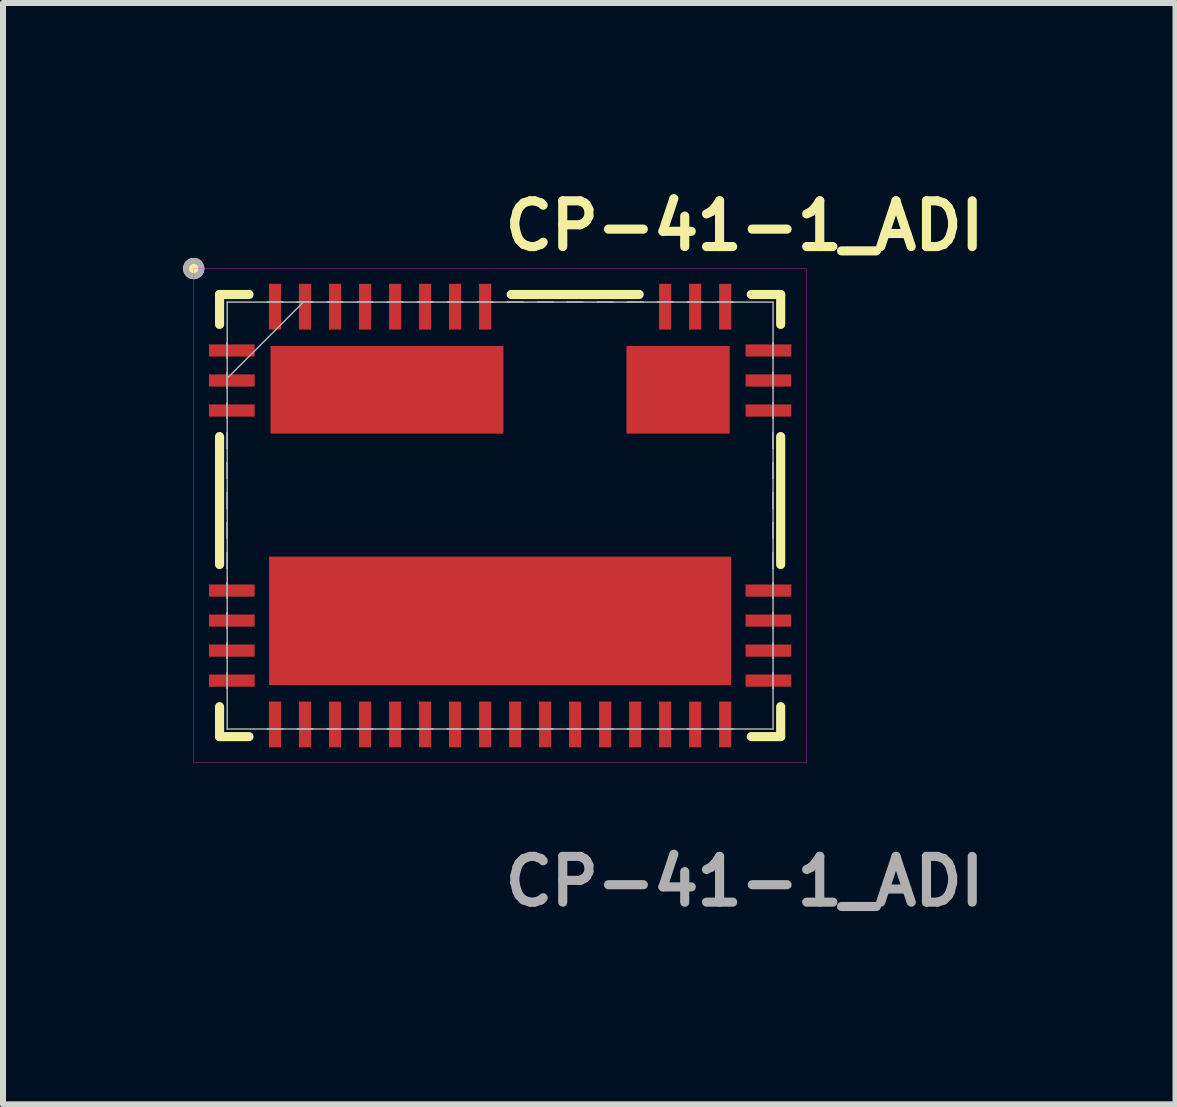
<source format=kicad_pcb>
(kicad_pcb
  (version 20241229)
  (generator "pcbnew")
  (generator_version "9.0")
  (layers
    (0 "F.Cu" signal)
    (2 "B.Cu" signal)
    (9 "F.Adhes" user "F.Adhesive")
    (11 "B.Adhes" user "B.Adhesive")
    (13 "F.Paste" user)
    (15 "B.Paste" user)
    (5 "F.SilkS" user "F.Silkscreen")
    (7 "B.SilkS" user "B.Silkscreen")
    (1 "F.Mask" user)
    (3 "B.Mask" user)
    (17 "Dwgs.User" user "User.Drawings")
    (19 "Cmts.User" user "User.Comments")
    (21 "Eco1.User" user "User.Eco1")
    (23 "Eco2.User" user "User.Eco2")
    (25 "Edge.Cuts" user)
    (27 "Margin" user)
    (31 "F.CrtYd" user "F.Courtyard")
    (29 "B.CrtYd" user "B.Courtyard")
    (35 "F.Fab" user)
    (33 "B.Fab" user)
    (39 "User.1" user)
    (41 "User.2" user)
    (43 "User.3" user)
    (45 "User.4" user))
  (footprint "CP-41-1_ADI"
    (layer "F.Cu")
    (at 5.282 5.539)
    (property "Reference" "CP-41-1_ADI" (at 0 -4.826 0) (unlocked yes) (layer "F.SilkS") (effects (font (size 0.762 0.762) (thickness 0.152) (bold yes)) (justify left)))
    (attr smd)
    (fp_line (start -4.674 -3.683) (end -4.674 -3.184) (stroke (width 0.152) (type solid)) (layer "F.SilkS"))
    (fp_line (start -4.674 -1.316) (end -4.674 0.816) (stroke (width 0.152) (type solid)) (layer "F.SilkS"))
    (fp_line (start -4.674 3.184) (end -4.674 3.683) (stroke (width 0.152) (type solid)) (layer "F.SilkS"))
    (fp_line (start -4.674 3.683) (end -4.184 3.683) (stroke (width 0.152) (type solid)) (layer "F.SilkS"))
    (fp_line (start -4.184 -3.683) (end -4.674 -3.683) (stroke (width 0.152) (type solid)) (layer "F.SilkS"))
    (fp_line (start 2.316 -3.683) (end 0.184 -3.683) (stroke (width 0.152) (type solid)) (layer "F.SilkS"))
    (fp_line (start 4.184 3.683) (end 4.674 3.683) (stroke (width 0.152) (type solid)) (layer "F.SilkS"))
    (fp_line (start 4.674 -3.683) (end 4.184 -3.683) (stroke (width 0.152) (type solid)) (layer "F.SilkS"))
    (fp_line (start 4.674 -3.184) (end 4.674 -3.683) (stroke (width 0.152) (type solid)) (layer "F.SilkS"))
    (fp_line (start 4.674 0.816) (end 4.674 -1.316) (stroke (width 0.152) (type solid)) (layer "F.SilkS"))
    (fp_line (start 4.674 3.683) (end 4.674 3.184) (stroke (width 0.152) (type solid)) (layer "F.SilkS"))
    (fp_circle (center -5.105 -4.115) (end -4.978 -4.115) (stroke (width 0.1) (type solid)) (fill yes) (layer "F.SilkS"))
    (fp_rect (start -5.105 -4.115) (end 5.105 4.115) (stroke (width 0.006) (type default)) (fill no) (layer "F.CrtYd"))
    (fp_line (start -4.547 -3.556) (end -4.547 3.556) (stroke (width 0.025) (type solid)) (layer "F.Fab"))
    (fp_line (start -4.547 -2.877) (end -4.547 -2.877) (stroke (width 0.025) (type solid)) (layer "F.Fab"))
    (fp_line (start -4.547 -2.877) (end -4.547 -2.623) (stroke (width 0.025) (type solid)) (layer "F.Fab"))
    (fp_line (start -4.547 -2.623) (end -4.547 -2.877) (stroke (width 0.025) (type solid)) (layer "F.Fab"))
    (fp_line (start -4.547 -2.623) (end -4.547 -2.623) (stroke (width 0.025) (type solid)) (layer "F.Fab"))
    (fp_line (start -4.547 -2.377) (end -4.547 -2.377) (stroke (width 0.025) (type solid)) (layer "F.Fab"))
    (fp_line (start -4.547 -2.377) (end -4.547 -2.123) (stroke (width 0.025) (type solid)) (layer "F.Fab"))
    (fp_line (start -4.547 -2.286) (end -3.277 -3.556) (stroke (width 0.025) (type solid)) (layer "F.Fab"))
    (fp_line (start -4.547 -2.123) (end -4.547 -2.377) (stroke (width 0.025) (type solid)) (layer "F.Fab"))
    (fp_line (start -4.547 -2.123) (end -4.547 -2.123) (stroke (width 0.025) (type solid)) (layer "F.Fab"))
    (fp_line (start -4.547 -1.877) (end -4.547 -1.877) (stroke (width 0.025) (type solid)) (layer "F.Fab"))
    (fp_line (start -4.547 -1.877) (end -4.547 -1.623) (stroke (width 0.025) (type solid)) (layer "F.Fab"))
    (fp_line (start -4.547 -1.623) (end -4.547 -1.877) (stroke (width 0.025) (type solid)) (layer "F.Fab"))
    (fp_line (start -4.547 -1.623) (end -4.547 -1.623) (stroke (width 0.025) (type solid)) (layer "F.Fab"))
    (fp_line (start -4.547 -1.377) (end -4.547 -1.377) (stroke (width 0.025) (type solid)) (layer "F.Fab"))
    (fp_line (start -4.547 -1.377) (end -4.547 -1.123) (stroke (width 0.025) (type solid)) (layer "F.Fab"))
    (fp_line (start -4.547 -1.123) (end -4.547 -1.377) (stroke (width 0.025) (type solid)) (layer "F.Fab"))
    (fp_line (start -4.547 -1.123) (end -4.547 -1.123) (stroke (width 0.025) (type solid)) (layer "F.Fab"))
    (fp_line (start -4.547 -0.877) (end -4.547 -0.877) (stroke (width 0.025) (type solid)) (layer "F.Fab"))
    (fp_line (start -4.547 -0.877) (end -4.547 -0.623) (stroke (width 0.025) (type solid)) (layer "F.Fab"))
    (fp_line (start -4.547 -0.623) (end -4.547 -0.877) (stroke (width 0.025) (type solid)) (layer "F.Fab"))
    (fp_line (start -4.547 -0.623) (end -4.547 -0.623) (stroke (width 0.025) (type solid)) (layer "F.Fab"))
    (fp_line (start -4.547 -0.377) (end -4.547 -0.377) (stroke (width 0.025) (type solid)) (layer "F.Fab"))
    (fp_line (start -4.547 -0.377) (end -4.547 -0.123) (stroke (width 0.025) (type solid)) (layer "F.Fab"))
    (fp_line (start -4.547 -0.123) (end -4.547 -0.377) (stroke (width 0.025) (type solid)) (layer "F.Fab"))
    (fp_line (start -4.547 -0.123) (end -4.547 -0.123) (stroke (width 0.025) (type solid)) (layer "F.Fab"))
    (fp_line (start -4.547 0.123) (end -4.547 0.123) (stroke (width 0.025) (type solid)) (layer "F.Fab"))
    (fp_line (start -4.547 0.123) (end -4.547 0.377) (stroke (width 0.025) (type solid)) (layer "F.Fab"))
    (fp_line (start -4.547 0.377) (end -4.547 0.123) (stroke (width 0.025) (type solid)) (layer "F.Fab"))
    (fp_line (start -4.547 0.377) (end -4.547 0.377) (stroke (width 0.025) (type solid)) (layer "F.Fab"))
    (fp_line (start -4.547 0.623) (end -4.547 0.623) (stroke (width 0.025) (type solid)) (layer "F.Fab"))
    (fp_line (start -4.547 0.623) (end -4.547 0.877) (stroke (width 0.025) (type solid)) (layer "F.Fab"))
    (fp_line (start -4.547 0.877) (end -4.547 0.623) (stroke (width 0.025) (type solid)) (layer "F.Fab"))
    (fp_line (start -4.547 0.877) (end -4.547 0.877) (stroke (width 0.025) (type solid)) (layer "F.Fab"))
    (fp_line (start -4.547 1.123) (end -4.547 1.123) (stroke (width 0.025) (type solid)) (layer "F.Fab"))
    (fp_line (start -4.547 1.123) (end -4.547 1.377) (stroke (width 0.025) (type solid)) (layer "F.Fab"))
    (fp_line (start -4.547 1.377) (end -4.547 1.123) (stroke (width 0.025) (type solid)) (layer "F.Fab"))
    (fp_line (start -4.547 1.377) (end -4.547 1.377) (stroke (width 0.025) (type solid)) (layer "F.Fab"))
    (fp_line (start -4.547 1.623) (end -4.547 1.623) (stroke (width 0.025) (type solid)) (layer "F.Fab"))
    (fp_line (start -4.547 1.623) (end -4.547 1.877) (stroke (width 0.025) (type solid)) (layer "F.Fab"))
    (fp_line (start -4.547 1.877) (end -4.547 1.623) (stroke (width 0.025) (type solid)) (layer "F.Fab"))
    (fp_line (start -4.547 1.877) (end -4.547 1.877) (stroke (width 0.025) (type solid)) (layer "F.Fab"))
    (fp_line (start -4.547 2.123) (end -4.547 2.123) (stroke (width 0.025) (type solid)) (layer "F.Fab"))
    (fp_line (start -4.547 2.123) (end -4.547 2.377) (stroke (width 0.025) (type solid)) (layer "F.Fab"))
    (fp_line (start -4.547 2.377) (end -4.547 2.123) (stroke (width 0.025) (type solid)) (layer "F.Fab"))
    (fp_line (start -4.547 2.377) (end -4.547 2.377) (stroke (width 0.025) (type solid)) (layer "F.Fab"))
    (fp_line (start -4.547 2.623) (end -4.547 2.623) (stroke (width 0.025) (type solid)) (layer "F.Fab"))
    (fp_line (start -4.547 2.623) (end -4.547 2.877) (stroke (width 0.025) (type solid)) (layer "F.Fab"))
    (fp_line (start -4.547 2.877) (end -4.547 2.623) (stroke (width 0.025) (type solid)) (layer "F.Fab"))
    (fp_line (start -4.547 2.877) (end -4.547 2.877) (stroke (width 0.025) (type solid)) (layer "F.Fab"))
    (fp_line (start -4.547 3.556) (end 4.547 3.556) (stroke (width 0.025) (type solid)) (layer "F.Fab"))
    (fp_line (start -3.877 -3.556) (end -3.877 -3.556) (stroke (width 0.025) (type solid)) (layer "F.Fab"))
    (fp_line (start -3.877 -3.556) (end -3.623 -3.556) (stroke (width 0.025) (type solid)) (layer "F.Fab"))
    (fp_line (start -3.877 3.556) (end -3.877 3.556) (stroke (width 0.025) (type solid)) (layer "F.Fab"))
    (fp_line (start -3.877 3.556) (end -3.623 3.556) (stroke (width 0.025) (type solid)) (layer "F.Fab"))
    (fp_line (start -3.623 -3.556) (end -3.877 -3.556) (stroke (width 0.025) (type solid)) (layer "F.Fab"))
    (fp_line (start -3.623 -3.556) (end -3.623 -3.556) (stroke (width 0.025) (type solid)) (layer "F.Fab"))
    (fp_line (start -3.623 3.556) (end -3.877 3.556) (stroke (width 0.025) (type solid)) (layer "F.Fab"))
    (fp_line (start -3.623 3.556) (end -3.623 3.556) (stroke (width 0.025) (type solid)) (layer "F.Fab"))
    (fp_line (start -3.377 -3.556) (end -3.377 -3.556) (stroke (width 0.025) (type solid)) (layer "F.Fab"))
    (fp_line (start -3.377 -3.556) (end -3.123 -3.556) (stroke (width 0.025) (type solid)) (layer "F.Fab"))
    (fp_line (start -3.377 3.556) (end -3.377 3.556) (stroke (width 0.025) (type solid)) (layer "F.Fab"))
    (fp_line (start -3.377 3.556) (end -3.123 3.556) (stroke (width 0.025) (type solid)) (layer "F.Fab"))
    (fp_line (start -3.123 -3.556) (end -3.377 -3.556) (stroke (width 0.025) (type solid)) (layer "F.Fab"))
    (fp_line (start -3.123 -3.556) (end -3.123 -3.556) (stroke (width 0.025) (type solid)) (layer "F.Fab"))
    (fp_line (start -3.123 3.556) (end -3.377 3.556) (stroke (width 0.025) (type solid)) (layer "F.Fab"))
    (fp_line (start -3.123 3.556) (end -3.123 3.556) (stroke (width 0.025) (type solid)) (layer "F.Fab"))
    (fp_line (start -2.877 -3.556) (end -2.877 -3.556) (stroke (width 0.025) (type solid)) (layer "F.Fab"))
    (fp_line (start -2.877 -3.556) (end -2.623 -3.556) (stroke (width 0.025) (type solid)) (layer "F.Fab"))
    (fp_line (start -2.877 3.556) (end -2.877 3.556) (stroke (width 0.025) (type solid)) (layer "F.Fab"))
    (fp_line (start -2.877 3.556) (end -2.623 3.556) (stroke (width 0.025) (type solid)) (layer "F.Fab"))
    (fp_line (start -2.623 -3.556) (end -2.877 -3.556) (stroke (width 0.025) (type solid)) (layer "F.Fab"))
    (fp_line (start -2.623 -3.556) (end -2.623 -3.556) (stroke (width 0.025) (type solid)) (layer "F.Fab"))
    (fp_line (start -2.623 3.556) (end -2.877 3.556) (stroke (width 0.025) (type solid)) (layer "F.Fab"))
    (fp_line (start -2.623 3.556) (end -2.623 3.556) (stroke (width 0.025) (type solid)) (layer "F.Fab"))
    (fp_line (start -2.377 -3.556) (end -2.377 -3.556) (stroke (width 0.025) (type solid)) (layer "F.Fab"))
    (fp_line (start -2.377 -3.556) (end -2.123 -3.556) (stroke (width 0.025) (type solid)) (layer "F.Fab"))
    (fp_line (start -2.377 3.556) (end -2.377 3.556) (stroke (width 0.025) (type solid)) (layer "F.Fab"))
    (fp_line (start -2.377 3.556) (end -2.123 3.556) (stroke (width 0.025) (type solid)) (layer "F.Fab"))
    (fp_line (start -2.123 -3.556) (end -2.377 -3.556) (stroke (width 0.025) (type solid)) (layer "F.Fab"))
    (fp_line (start -2.123 -3.556) (end -2.123 -3.556) (stroke (width 0.025) (type solid)) (layer "F.Fab"))
    (fp_line (start -2.123 3.556) (end -2.377 3.556) (stroke (width 0.025) (type solid)) (layer "F.Fab"))
    (fp_line (start -2.123 3.556) (end -2.123 3.556) (stroke (width 0.025) (type solid)) (layer "F.Fab"))
    (fp_line (start -1.877 -3.556) (end -1.877 -3.556) (stroke (width 0.025) (type solid)) (layer "F.Fab"))
    (fp_line (start -1.877 -3.556) (end -1.623 -3.556) (stroke (width 0.025) (type solid)) (layer "F.Fab"))
    (fp_line (start -1.877 3.556) (end -1.877 3.556) (stroke (width 0.025) (type solid)) (layer "F.Fab"))
    (fp_line (start -1.877 3.556) (end -1.623 3.556) (stroke (width 0.025) (type solid)) (layer "F.Fab"))
    (fp_line (start -1.623 -3.556) (end -1.877 -3.556) (stroke (width 0.025) (type solid)) (layer "F.Fab"))
    (fp_line (start -1.623 -3.556) (end -1.623 -3.556) (stroke (width 0.025) (type solid)) (layer "F.Fab"))
    (fp_line (start -1.623 3.556) (end -1.877 3.556) (stroke (width 0.025) (type solid)) (layer "F.Fab"))
    (fp_line (start -1.623 3.556) (end -1.623 3.556) (stroke (width 0.025) (type solid)) (layer "F.Fab"))
    (fp_line (start -1.377 -3.556) (end -1.377 -3.556) (stroke (width 0.025) (type solid)) (layer "F.Fab"))
    (fp_line (start -1.377 -3.556) (end -1.123 -3.556) (stroke (width 0.025) (type solid)) (layer "F.Fab"))
    (fp_line (start -1.377 3.556) (end -1.377 3.556) (stroke (width 0.025) (type solid)) (layer "F.Fab"))
    (fp_line (start -1.377 3.556) (end -1.123 3.556) (stroke (width 0.025) (type solid)) (layer "F.Fab"))
    (fp_line (start -1.123 -3.556) (end -1.377 -3.556) (stroke (width 0.025) (type solid)) (layer "F.Fab"))
    (fp_line (start -1.123 -3.556) (end -1.123 -3.556) (stroke (width 0.025) (type solid)) (layer "F.Fab"))
    (fp_line (start -1.123 3.556) (end -1.377 3.556) (stroke (width 0.025) (type solid)) (layer "F.Fab"))
    (fp_line (start -1.123 3.556) (end -1.123 3.556) (stroke (width 0.025) (type solid)) (layer "F.Fab"))
    (fp_line (start -0.877 -3.556) (end -0.877 -3.556) (stroke (width 0.025) (type solid)) (layer "F.Fab"))
    (fp_line (start -0.877 -3.556) (end -0.623 -3.556) (stroke (width 0.025) (type solid)) (layer "F.Fab"))
    (fp_line (start -0.877 3.556) (end -0.877 3.556) (stroke (width 0.025) (type solid)) (layer "F.Fab"))
    (fp_line (start -0.877 3.556) (end -0.623 3.556) (stroke (width 0.025) (type solid)) (layer "F.Fab"))
    (fp_line (start -0.623 -3.556) (end -0.877 -3.556) (stroke (width 0.025) (type solid)) (layer "F.Fab"))
    (fp_line (start -0.623 -3.556) (end -0.623 -3.556) (stroke (width 0.025) (type solid)) (layer "F.Fab"))
    (fp_line (start -0.623 3.556) (end -0.877 3.556) (stroke (width 0.025) (type solid)) (layer "F.Fab"))
    (fp_line (start -0.623 3.556) (end -0.623 3.556) (stroke (width 0.025) (type solid)) (layer "F.Fab"))
    (fp_line (start -0.377 -3.556) (end -0.377 -3.556) (stroke (width 0.025) (type solid)) (layer "F.Fab"))
    (fp_line (start -0.377 -3.556) (end -0.123 -3.556) (stroke (width 0.025) (type solid)) (layer "F.Fab"))
    (fp_line (start -0.377 3.556) (end -0.377 3.556) (stroke (width 0.025) (type solid)) (layer "F.Fab"))
    (fp_line (start -0.377 3.556) (end -0.123 3.556) (stroke (width 0.025) (type solid)) (layer "F.Fab"))
    (fp_line (start -0.123 -3.556) (end -0.377 -3.556) (stroke (width 0.025) (type solid)) (layer "F.Fab"))
    (fp_line (start -0.123 -3.556) (end -0.123 -3.556) (stroke (width 0.025) (type solid)) (layer "F.Fab"))
    (fp_line (start -0.123 3.556) (end -0.377 3.556) (stroke (width 0.025) (type solid)) (layer "F.Fab"))
    (fp_line (start -0.123 3.556) (end -0.123 3.556) (stroke (width 0.025) (type solid)) (layer "F.Fab"))
    (fp_line (start 0.123 -3.556) (end 0.123 -3.556) (stroke (width 0.025) (type solid)) (layer "F.Fab"))
    (fp_line (start 0.123 -3.556) (end 0.377 -3.556) (stroke (width 0.025) (type solid)) (layer "F.Fab"))
    (fp_line (start 0.123 3.556) (end 0.123 3.556) (stroke (width 0.025) (type solid)) (layer "F.Fab"))
    (fp_line (start 0.123 3.556) (end 0.377 3.556) (stroke (width 0.025) (type solid)) (layer "F.Fab"))
    (fp_line (start 0.377 -3.556) (end 0.123 -3.556) (stroke (width 0.025) (type solid)) (layer "F.Fab"))
    (fp_line (start 0.377 -3.556) (end 0.377 -3.556) (stroke (width 0.025) (type solid)) (layer "F.Fab"))
    (fp_line (start 0.377 3.556) (end 0.123 3.556) (stroke (width 0.025) (type solid)) (layer "F.Fab"))
    (fp_line (start 0.377 3.556) (end 0.377 3.556) (stroke (width 0.025) (type solid)) (layer "F.Fab"))
    (fp_line (start 0.623 -3.556) (end 0.623 -3.556) (stroke (width 0.025) (type solid)) (layer "F.Fab"))
    (fp_line (start 0.623 -3.556) (end 0.877 -3.556) (stroke (width 0.025) (type solid)) (layer "F.Fab"))
    (fp_line (start 0.623 3.556) (end 0.623 3.556) (stroke (width 0.025) (type solid)) (layer "F.Fab"))
    (fp_line (start 0.623 3.556) (end 0.877 3.556) (stroke (width 0.025) (type solid)) (layer "F.Fab"))
    (fp_line (start 0.877 -3.556) (end 0.623 -3.556) (stroke (width 0.025) (type solid)) (layer "F.Fab"))
    (fp_line (start 0.877 -3.556) (end 0.877 -3.556) (stroke (width 0.025) (type solid)) (layer "F.Fab"))
    (fp_line (start 0.877 3.556) (end 0.623 3.556) (stroke (width 0.025) (type solid)) (layer "F.Fab"))
    (fp_line (start 0.877 3.556) (end 0.877 3.556) (stroke (width 0.025) (type solid)) (layer "F.Fab"))
    (fp_line (start 1.123 -3.556) (end 1.123 -3.556) (stroke (width 0.025) (type solid)) (layer "F.Fab"))
    (fp_line (start 1.123 -3.556) (end 1.377 -3.556) (stroke (width 0.025) (type solid)) (layer "F.Fab"))
    (fp_line (start 1.123 3.556) (end 1.123 3.556) (stroke (width 0.025) (type solid)) (layer "F.Fab"))
    (fp_line (start 1.123 3.556) (end 1.377 3.556) (stroke (width 0.025) (type solid)) (layer "F.Fab"))
    (fp_line (start 1.377 -3.556) (end 1.123 -3.556) (stroke (width 0.025) (type solid)) (layer "F.Fab"))
    (fp_line (start 1.377 -3.556) (end 1.377 -3.556) (stroke (width 0.025) (type solid)) (layer "F.Fab"))
    (fp_line (start 1.377 3.556) (end 1.123 3.556) (stroke (width 0.025) (type solid)) (layer "F.Fab"))
    (fp_line (start 1.377 3.556) (end 1.377 3.556) (stroke (width 0.025) (type solid)) (layer "F.Fab"))
    (fp_line (start 1.623 -3.556) (end 1.623 -3.556) (stroke (width 0.025) (type solid)) (layer "F.Fab"))
    (fp_line (start 1.623 -3.556) (end 1.877 -3.556) (stroke (width 0.025) (type solid)) (layer "F.Fab"))
    (fp_line (start 1.623 3.556) (end 1.623 3.556) (stroke (width 0.025) (type solid)) (layer "F.Fab"))
    (fp_line (start 1.623 3.556) (end 1.877 3.556) (stroke (width 0.025) (type solid)) (layer "F.Fab"))
    (fp_line (start 1.877 -3.556) (end 1.623 -3.556) (stroke (width 0.025) (type solid)) (layer "F.Fab"))
    (fp_line (start 1.877 -3.556) (end 1.877 -3.556) (stroke (width 0.025) (type solid)) (layer "F.Fab"))
    (fp_line (start 1.877 3.556) (end 1.623 3.556) (stroke (width 0.025) (type solid)) (layer "F.Fab"))
    (fp_line (start 1.877 3.556) (end 1.877 3.556) (stroke (width 0.025) (type solid)) (layer "F.Fab"))
    (fp_line (start 2.123 -3.556) (end 2.123 -3.556) (stroke (width 0.025) (type solid)) (layer "F.Fab"))
    (fp_line (start 2.123 -3.556) (end 2.377 -3.556) (stroke (width 0.025) (type solid)) (layer "F.Fab"))
    (fp_line (start 2.123 3.556) (end 2.123 3.556) (stroke (width 0.025) (type solid)) (layer "F.Fab"))
    (fp_line (start 2.123 3.556) (end 2.377 3.556) (stroke (width 0.025) (type solid)) (layer "F.Fab"))
    (fp_line (start 2.377 -3.556) (end 2.123 -3.556) (stroke (width 0.025) (type solid)) (layer "F.Fab"))
    (fp_line (start 2.377 -3.556) (end 2.377 -3.556) (stroke (width 0.025) (type solid)) (layer "F.Fab"))
    (fp_line (start 2.377 3.556) (end 2.123 3.556) (stroke (width 0.025) (type solid)) (layer "F.Fab"))
    (fp_line (start 2.377 3.556) (end 2.377 3.556) (stroke (width 0.025) (type solid)) (layer "F.Fab"))
    (fp_line (start 2.623 -3.556) (end 2.623 -3.556) (stroke (width 0.025) (type solid)) (layer "F.Fab"))
    (fp_line (start 2.623 -3.556) (end 2.877 -3.556) (stroke (width 0.025) (type solid)) (layer "F.Fab"))
    (fp_line (start 2.623 3.556) (end 2.623 3.556) (stroke (width 0.025) (type solid)) (layer "F.Fab"))
    (fp_line (start 2.623 3.556) (end 2.877 3.556) (stroke (width 0.025) (type solid)) (layer "F.Fab"))
    (fp_line (start 2.877 -3.556) (end 2.623 -3.556) (stroke (width 0.025) (type solid)) (layer "F.Fab"))
    (fp_line (start 2.877 -3.556) (end 2.877 -3.556) (stroke (width 0.025) (type solid)) (layer "F.Fab"))
    (fp_line (start 2.877 3.556) (end 2.623 3.556) (stroke (width 0.025) (type solid)) (layer "F.Fab"))
    (fp_line (start 2.877 3.556) (end 2.877 3.556) (stroke (width 0.025) (type solid)) (layer "F.Fab"))
    (fp_line (start 3.123 -3.556) (end 3.123 -3.556) (stroke (width 0.025) (type solid)) (layer "F.Fab"))
    (fp_line (start 3.123 -3.556) (end 3.377 -3.556) (stroke (width 0.025) (type solid)) (layer "F.Fab"))
    (fp_line (start 3.123 3.556) (end 3.123 3.556) (stroke (width 0.025) (type solid)) (layer "F.Fab"))
    (fp_line (start 3.123 3.556) (end 3.377 3.556) (stroke (width 0.025) (type solid)) (layer "F.Fab"))
    (fp_line (start 3.377 -3.556) (end 3.123 -3.556) (stroke (width 0.025) (type solid)) (layer "F.Fab"))
    (fp_line (start 3.377 -3.556) (end 3.377 -3.556) (stroke (width 0.025) (type solid)) (layer "F.Fab"))
    (fp_line (start 3.377 3.556) (end 3.123 3.556) (stroke (width 0.025) (type solid)) (layer "F.Fab"))
    (fp_line (start 3.377 3.556) (end 3.377 3.556) (stroke (width 0.025) (type solid)) (layer "F.Fab"))
    (fp_line (start 3.623 -3.556) (end 3.623 -3.556) (stroke (width 0.025) (type solid)) (layer "F.Fab"))
    (fp_line (start 3.623 -3.556) (end 3.877 -3.556) (stroke (width 0.025) (type solid)) (layer "F.Fab"))
    (fp_line (start 3.623 3.556) (end 3.623 3.556) (stroke (width 0.025) (type solid)) (layer "F.Fab"))
    (fp_line (start 3.623 3.556) (end 3.877 3.556) (stroke (width 0.025) (type solid)) (layer "F.Fab"))
    (fp_line (start 3.877 -3.556) (end 3.623 -3.556) (stroke (width 0.025) (type solid)) (layer "F.Fab"))
    (fp_line (start 3.877 -3.556) (end 3.877 -3.556) (stroke (width 0.025) (type solid)) (layer "F.Fab"))
    (fp_line (start 3.877 3.556) (end 3.623 3.556) (stroke (width 0.025) (type solid)) (layer "F.Fab"))
    (fp_line (start 3.877 3.556) (end 3.877 3.556) (stroke (width 0.025) (type solid)) (layer "F.Fab"))
    (fp_line (start 4.547 -3.556) (end -4.547 -3.556) (stroke (width 0.025) (type solid)) (layer "F.Fab"))
    (fp_line (start 4.547 -2.877) (end 4.547 -2.877) (stroke (width 0.025) (type solid)) (layer "F.Fab"))
    (fp_line (start 4.547 -2.877) (end 4.547 -2.623) (stroke (width 0.025) (type solid)) (layer "F.Fab"))
    (fp_line (start 4.547 -2.623) (end 4.547 -2.877) (stroke (width 0.025) (type solid)) (layer "F.Fab"))
    (fp_line (start 4.547 -2.623) (end 4.547 -2.623) (stroke (width 0.025) (type solid)) (layer "F.Fab"))
    (fp_line (start 4.547 -2.377) (end 4.547 -2.377) (stroke (width 0.025) (type solid)) (layer "F.Fab"))
    (fp_line (start 4.547 -2.377) (end 4.547 -2.123) (stroke (width 0.025) (type solid)) (layer "F.Fab"))
    (fp_line (start 4.547 -2.123) (end 4.547 -2.377) (stroke (width 0.025) (type solid)) (layer "F.Fab"))
    (fp_line (start 4.547 -2.123) (end 4.547 -2.123) (stroke (width 0.025) (type solid)) (layer "F.Fab"))
    (fp_line (start 4.547 -1.877) (end 4.547 -1.877) (stroke (width 0.025) (type solid)) (layer "F.Fab"))
    (fp_line (start 4.547 -1.877) (end 4.547 -1.623) (stroke (width 0.025) (type solid)) (layer "F.Fab"))
    (fp_line (start 4.547 -1.623) (end 4.547 -1.877) (stroke (width 0.025) (type solid)) (layer "F.Fab"))
    (fp_line (start 4.547 -1.623) (end 4.547 -1.623) (stroke (width 0.025) (type solid)) (layer "F.Fab"))
    (fp_line (start 4.547 -1.377) (end 4.547 -1.377) (stroke (width 0.025) (type solid)) (layer "F.Fab"))
    (fp_line (start 4.547 -1.377) (end 4.547 -1.123) (stroke (width 0.025) (type solid)) (layer "F.Fab"))
    (fp_line (start 4.547 -1.123) (end 4.547 -1.377) (stroke (width 0.025) (type solid)) (layer "F.Fab"))
    (fp_line (start 4.547 -1.123) (end 4.547 -1.123) (stroke (width 0.025) (type solid)) (layer "F.Fab"))
    (fp_line (start 4.547 -0.877) (end 4.547 -0.877) (stroke (width 0.025) (type solid)) (layer "F.Fab"))
    (fp_line (start 4.547 -0.877) (end 4.547 -0.623) (stroke (width 0.025) (type solid)) (layer "F.Fab"))
    (fp_line (start 4.547 -0.623) (end 4.547 -0.877) (stroke (width 0.025) (type solid)) (layer "F.Fab"))
    (fp_line (start 4.547 -0.623) (end 4.547 -0.623) (stroke (width 0.025) (type solid)) (layer "F.Fab"))
    (fp_line (start 4.547 -0.377) (end 4.547 -0.377) (stroke (width 0.025) (type solid)) (layer "F.Fab"))
    (fp_line (start 4.547 -0.377) (end 4.547 -0.123) (stroke (width 0.025) (type solid)) (layer "F.Fab"))
    (fp_line (start 4.547 -0.123) (end 4.547 -0.377) (stroke (width 0.025) (type solid)) (layer "F.Fab"))
    (fp_line (start 4.547 -0.123) (end 4.547 -0.123) (stroke (width 0.025) (type solid)) (layer "F.Fab"))
    (fp_line (start 4.547 0.123) (end 4.547 0.123) (stroke (width 0.025) (type solid)) (layer "F.Fab"))
    (fp_line (start 4.547 0.123) (end 4.547 0.377) (stroke (width 0.025) (type solid)) (layer "F.Fab"))
    (fp_line (start 4.547 0.377) (end 4.547 0.123) (stroke (width 0.025) (type solid)) (layer "F.Fab"))
    (fp_line (start 4.547 0.377) (end 4.547 0.377) (stroke (width 0.025) (type solid)) (layer "F.Fab"))
    (fp_line (start 4.547 0.623) (end 4.547 0.623) (stroke (width 0.025) (type solid)) (layer "F.Fab"))
    (fp_line (start 4.547 0.623) (end 4.547 0.877) (stroke (width 0.025) (type solid)) (layer "F.Fab"))
    (fp_line (start 4.547 0.877) (end 4.547 0.623) (stroke (width 0.025) (type solid)) (layer "F.Fab"))
    (fp_line (start 4.547 0.877) (end 4.547 0.877) (stroke (width 0.025) (type solid)) (layer "F.Fab"))
    (fp_line (start 4.547 1.123) (end 4.547 1.123) (stroke (width 0.025) (type solid)) (layer "F.Fab"))
    (fp_line (start 4.547 1.123) (end 4.547 1.377) (stroke (width 0.025) (type solid)) (layer "F.Fab"))
    (fp_line (start 4.547 1.377) (end 4.547 1.123) (stroke (width 0.025) (type solid)) (layer "F.Fab"))
    (fp_line (start 4.547 1.377) (end 4.547 1.377) (stroke (width 0.025) (type solid)) (layer "F.Fab"))
    (fp_line (start 4.547 1.623) (end 4.547 1.623) (stroke (width 0.025) (type solid)) (layer "F.Fab"))
    (fp_line (start 4.547 1.623) (end 4.547 1.877) (stroke (width 0.025) (type solid)) (layer "F.Fab"))
    (fp_line (start 4.547 1.877) (end 4.547 1.623) (stroke (width 0.025) (type solid)) (layer "F.Fab"))
    (fp_line (start 4.547 1.877) (end 4.547 1.877) (stroke (width 0.025) (type solid)) (layer "F.Fab"))
    (fp_line (start 4.547 2.123) (end 4.547 2.123) (stroke (width 0.025) (type solid)) (layer "F.Fab"))
    (fp_line (start 4.547 2.123) (end 4.547 2.377) (stroke (width 0.025) (type solid)) (layer "F.Fab"))
    (fp_line (start 4.547 2.377) (end 4.547 2.123) (stroke (width 0.025) (type solid)) (layer "F.Fab"))
    (fp_line (start 4.547 2.377) (end 4.547 2.377) (stroke (width 0.025) (type solid)) (layer "F.Fab"))
    (fp_line (start 4.547 2.623) (end 4.547 2.623) (stroke (width 0.025) (type solid)) (layer "F.Fab"))
    (fp_line (start 4.547 2.623) (end 4.547 2.877) (stroke (width 0.025) (type solid)) (layer "F.Fab"))
    (fp_line (start 4.547 2.877) (end 4.547 2.623) (stroke (width 0.025) (type solid)) (layer "F.Fab"))
    (fp_line (start 4.547 2.877) (end 4.547 2.877) (stroke (width 0.025) (type solid)) (layer "F.Fab"))
    (fp_line (start 4.547 3.556) (end 4.547 -3.556) (stroke (width 0.025) (type solid)) (layer "F.Fab"))
    (fp_circle (center -5.105 -4.115) (end -4.978 -4.115) (stroke (width 0.1) (type solid)) (fill no) (layer "F.Fab"))
    (fp_text user "${REFERENCE}" (at 0 6.096 0) (unlocked yes) (layer "F.Fab") (effects (font (size 0.762 0.762) (thickness 0.152) (bold yes)) (justify left)))
    (pad "1" smd rect (at -4.47 -2.75 90) (size 0.203 0.762) (layers "F.Cu" "F.Mask" "F.Paste"))
    (pad "2" smd rect (at -4.47 -2.25 90) (size 0.203 0.762) (layers "F.Cu" "F.Mask" "F.Paste"))
    (pad "3" smd rect (at -4.47 -1.75 90) (size 0.203 0.762) (layers "F.Cu" "F.Mask" "F.Paste"))
    (pad "4" smd rect (at -4.47 1.25 90) (size 0.203 0.762) (layers "F.Cu" "F.Mask" "F.Paste"))
    (pad "5" smd rect (at -4.47 1.75 90) (size 0.203 0.762) (layers "F.Cu" "F.Mask" "F.Paste"))
    (pad "6" smd rect (at -4.47 2.25 90) (size 0.203 0.762) (layers "F.Cu" "F.Mask" "F.Paste"))
    (pad "7" smd rect (at -4.47 2.75 90) (size 0.203 0.762) (layers "F.Cu" "F.Mask" "F.Paste"))
    (pad "8" smd rect (at -3.75 3.48) (size 0.203 0.762) (layers "F.Cu" "F.Mask" "F.Paste"))
    (pad "9" smd rect (at -3.25 3.48) (size 0.203 0.762) (layers "F.Cu" "F.Mask" "F.Paste"))
    (pad "10" smd rect (at -2.75 3.48) (size 0.203 0.762) (layers "F.Cu" "F.Mask" "F.Paste"))
    (pad "11" smd rect (at -2.25 3.48) (size 0.203 0.762) (layers "F.Cu" "F.Mask" "F.Paste"))
    (pad "12" smd rect (at -1.75 3.48) (size 0.203 0.762) (layers "F.Cu" "F.Mask" "F.Paste"))
    (pad "13" smd rect (at -1.25 3.48) (size 0.203 0.762) (layers "F.Cu" "F.Mask" "F.Paste"))
    (pad "14" smd rect (at -0.75 3.48) (size 0.203 0.762) (layers "F.Cu" "F.Mask" "F.Paste"))
    (pad "15" smd rect (at -0.25 3.48) (size 0.203 0.762) (layers "F.Cu" "F.Mask" "F.Paste"))
    (pad "16" smd rect (at 0.25 3.48) (size 0.203 0.762) (layers "F.Cu" "F.Mask" "F.Paste"))
    (pad "17" smd rect (at 0.75 3.48) (size 0.203 0.762) (layers "F.Cu" "F.Mask" "F.Paste"))
    (pad "18" smd rect (at 1.25 3.48) (size 0.203 0.762) (layers "F.Cu" "F.Mask" "F.Paste"))
    (pad "19" smd rect (at 1.75 3.48) (size 0.203 0.762) (layers "F.Cu" "F.Mask" "F.Paste"))
    (pad "20" smd rect (at 2.25 3.48) (size 0.203 0.762) (layers "F.Cu" "F.Mask" "F.Paste"))
    (pad "21" smd rect (at 2.75 3.48) (size 0.203 0.762) (layers "F.Cu" "F.Mask" "F.Paste"))
    (pad "22" smd rect (at 3.25 3.48) (size 0.203 0.762) (layers "F.Cu" "F.Mask" "F.Paste"))
    (pad "23" smd rect (at 3.75 3.48) (size 0.203 0.762) (layers "F.Cu" "F.Mask" "F.Paste"))
    (pad "24" smd rect (at 4.47 2.75 90) (size 0.203 0.762) (layers "F.Cu" "F.Mask" "F.Paste"))
    (pad "25" smd rect (at 4.47 2.25 90) (size 0.203 0.762) (layers "F.Cu" "F.Mask" "F.Paste"))
    (pad "26" smd rect (at 4.47 1.75 90) (size 0.203 0.762) (layers "F.Cu" "F.Mask" "F.Paste"))
    (pad "27" smd rect (at 4.47 1.25 90) (size 0.203 0.762) (layers "F.Cu" "F.Mask" "F.Paste"))
    (pad "28" smd rect (at 4.47 -1.75 90) (size 0.203 0.762) (layers "F.Cu" "F.Mask" "F.Paste"))
    (pad "29" smd rect (at 4.47 -2.25 90) (size 0.203 0.762) (layers "F.Cu" "F.Mask" "F.Paste"))
    (pad "30" smd rect (at 4.47 -2.75 90) (size 0.203 0.762) (layers "F.Cu" "F.Mask" "F.Paste"))
    (pad "31" smd rect (at 3.75 -3.48) (size 0.203 0.762) (layers "F.Cu" "F.Mask" "F.Paste"))
    (pad "32" smd rect (at 3.25 -3.48) (size 0.203 0.762) (layers "F.Cu" "F.Mask" "F.Paste"))
    (pad "33" smd rect (at 2.75 -3.48) (size 0.203 0.762) (layers "F.Cu" "F.Mask" "F.Paste"))
    (pad "34" smd rect (at -0.25 -3.48) (size 0.203 0.762) (layers "F.Cu" "F.Mask" "F.Paste"))
    (pad "35" smd rect (at -0.75 -3.48) (size 0.203 0.762) (layers "F.Cu" "F.Mask" "F.Paste"))
    (pad "36" smd rect (at -1.25 -3.48) (size 0.203 0.762) (layers "F.Cu" "F.Mask" "F.Paste"))
    (pad "37" smd rect (at -1.75 -3.48) (size 0.203 0.762) (layers "F.Cu" "F.Mask" "F.Paste"))
    (pad "38" smd rect (at -2.25 -3.48) (size 0.203 0.762) (layers "F.Cu" "F.Mask" "F.Paste"))
    (pad "39" smd rect (at -2.75 -3.48) (size 0.203 0.762) (layers "F.Cu" "F.Mask" "F.Paste"))
    (pad "40" smd rect (at -3.25 -3.48) (size 0.203 0.762) (layers "F.Cu" "F.Mask" "F.Paste"))
    (pad "41" smd rect (at -3.75 -3.48) (size 0.203 0.762) (layers "F.Cu" "F.Mask" "F.Paste"))
    (pad "42" smd rect (at -1.885 -2.095) (size 3.88 1.46) (layers "F.Cu" "F.Mask" "F.Paste"))
    (pad "43" smd rect (at 2.965 -2.095) (size 1.72 1.46) (layers "F.Cu" "F.Mask" "F.Paste"))
    (pad "44" smd rect (at 0 1.755) (size 7.7 2.14) (layers "F.Cu" "F.Mask" "F.Paste")))
  (gr_rect
    (start -3 -3)
    (end 16.534 15.348)
    (stroke (width 0.1) (type default))
    (fill no)
    (layer "Edge.Cuts")))
</source>
